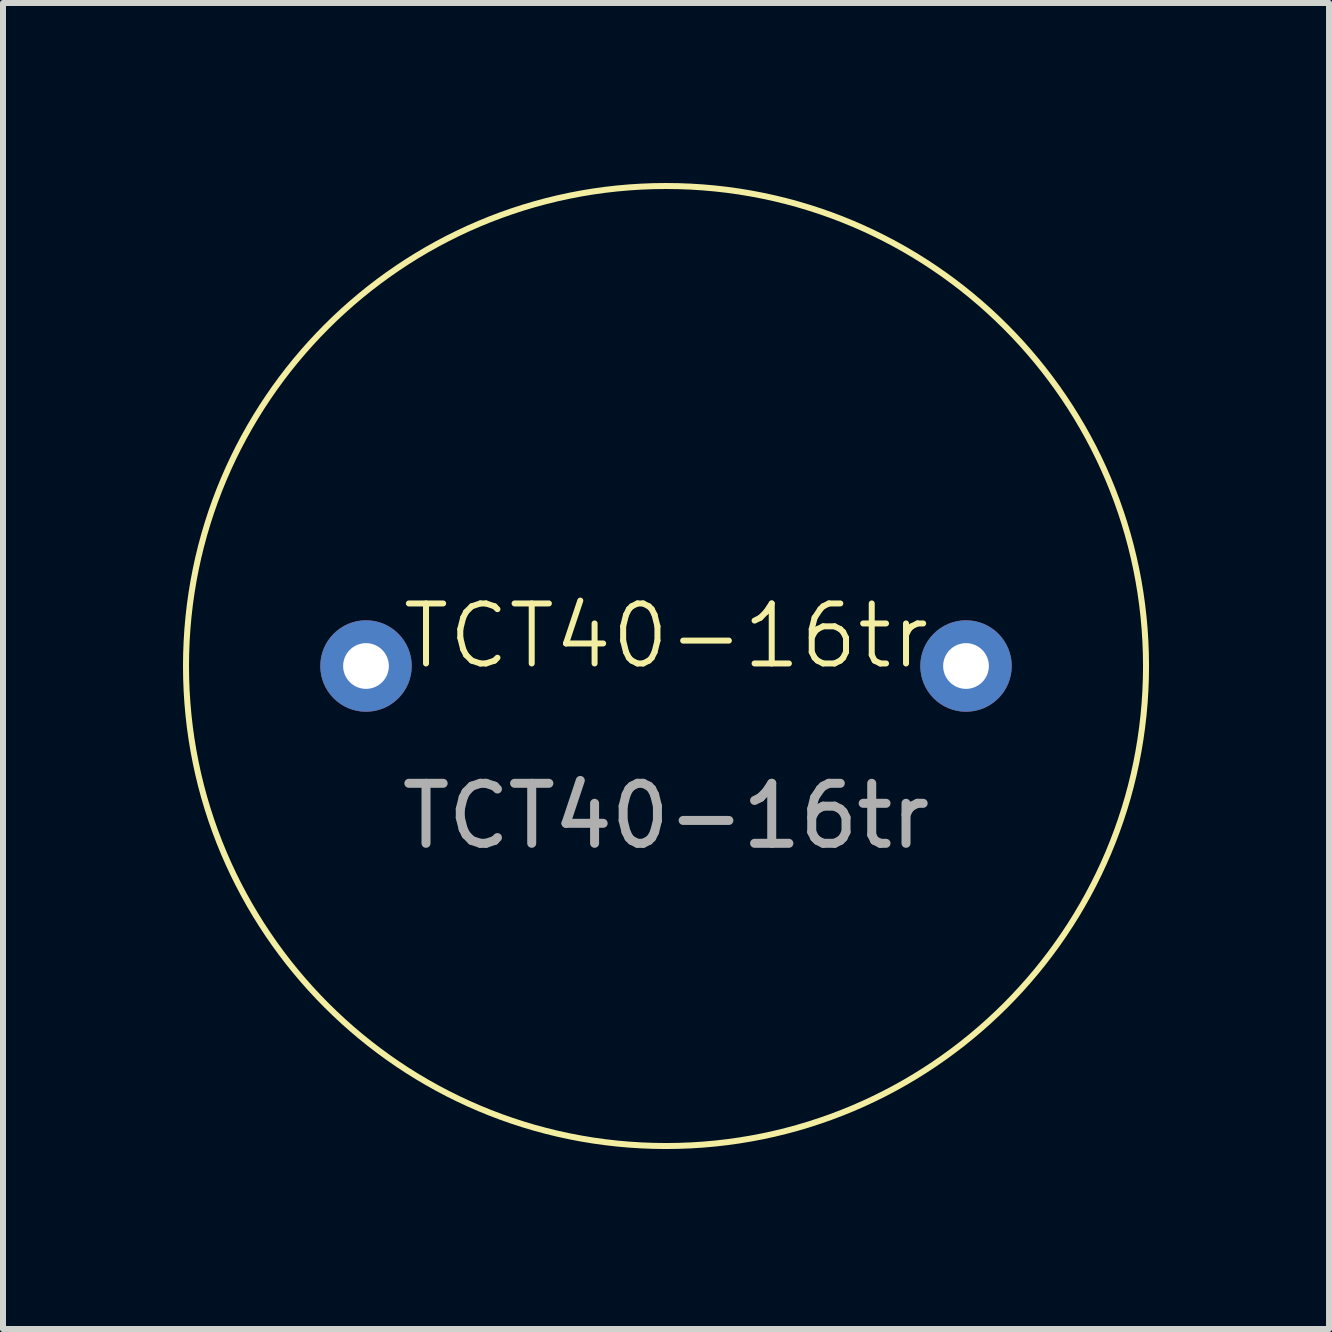
<source format=kicad_pcb>
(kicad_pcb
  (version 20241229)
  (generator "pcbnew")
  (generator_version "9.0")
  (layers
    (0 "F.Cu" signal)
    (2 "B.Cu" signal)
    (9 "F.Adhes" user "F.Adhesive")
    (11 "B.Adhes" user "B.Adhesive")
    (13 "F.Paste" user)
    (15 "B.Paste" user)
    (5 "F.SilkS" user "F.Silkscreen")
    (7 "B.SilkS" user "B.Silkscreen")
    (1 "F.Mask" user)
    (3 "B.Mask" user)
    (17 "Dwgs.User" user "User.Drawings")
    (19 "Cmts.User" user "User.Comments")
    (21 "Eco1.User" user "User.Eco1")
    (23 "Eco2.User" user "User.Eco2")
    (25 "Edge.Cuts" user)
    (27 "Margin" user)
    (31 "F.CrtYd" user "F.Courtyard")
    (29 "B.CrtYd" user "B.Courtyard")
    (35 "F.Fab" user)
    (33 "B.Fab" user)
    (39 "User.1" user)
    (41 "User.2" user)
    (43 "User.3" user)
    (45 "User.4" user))
  (footprint "TCT40-16tr"
    (layer "F.Cu")
    (at 8.05 8.05)
    (property "Reference" "TCT40-16tr" (at 0 -0.5 0) (unlocked yes) (layer "F.SilkS") (effects (font (size 1 1) (thickness 0.1))))
    (attr through_hole)
    (fp_circle (center 0 0) (end 8 0) (stroke (width 0.1) (type default)) (fill no) (layer "F.SilkS"))
    (fp_text user "${REFERENCE}" (at 0 2.5 0) (unlocked yes) (layer "F.Fab") (effects (font (size 1 1) (thickness 0.15))))
    (pad "1" thru_hole circle (at -5 0) (size 1.524 1.524) (drill 0.762) (layers "*.Cu" "*.Mask"))
    (pad "2" thru_hole circle (at 5 0) (size 1.524 1.524) (drill 0.762) (layers "*.Cu" "*.Mask")))
  (gr_rect
    (start -3 -3)
    (end 19.1 19.1)
    (stroke (width 0.1) (type default))
    (fill no)
    (layer "Edge.Cuts")))
</source>
